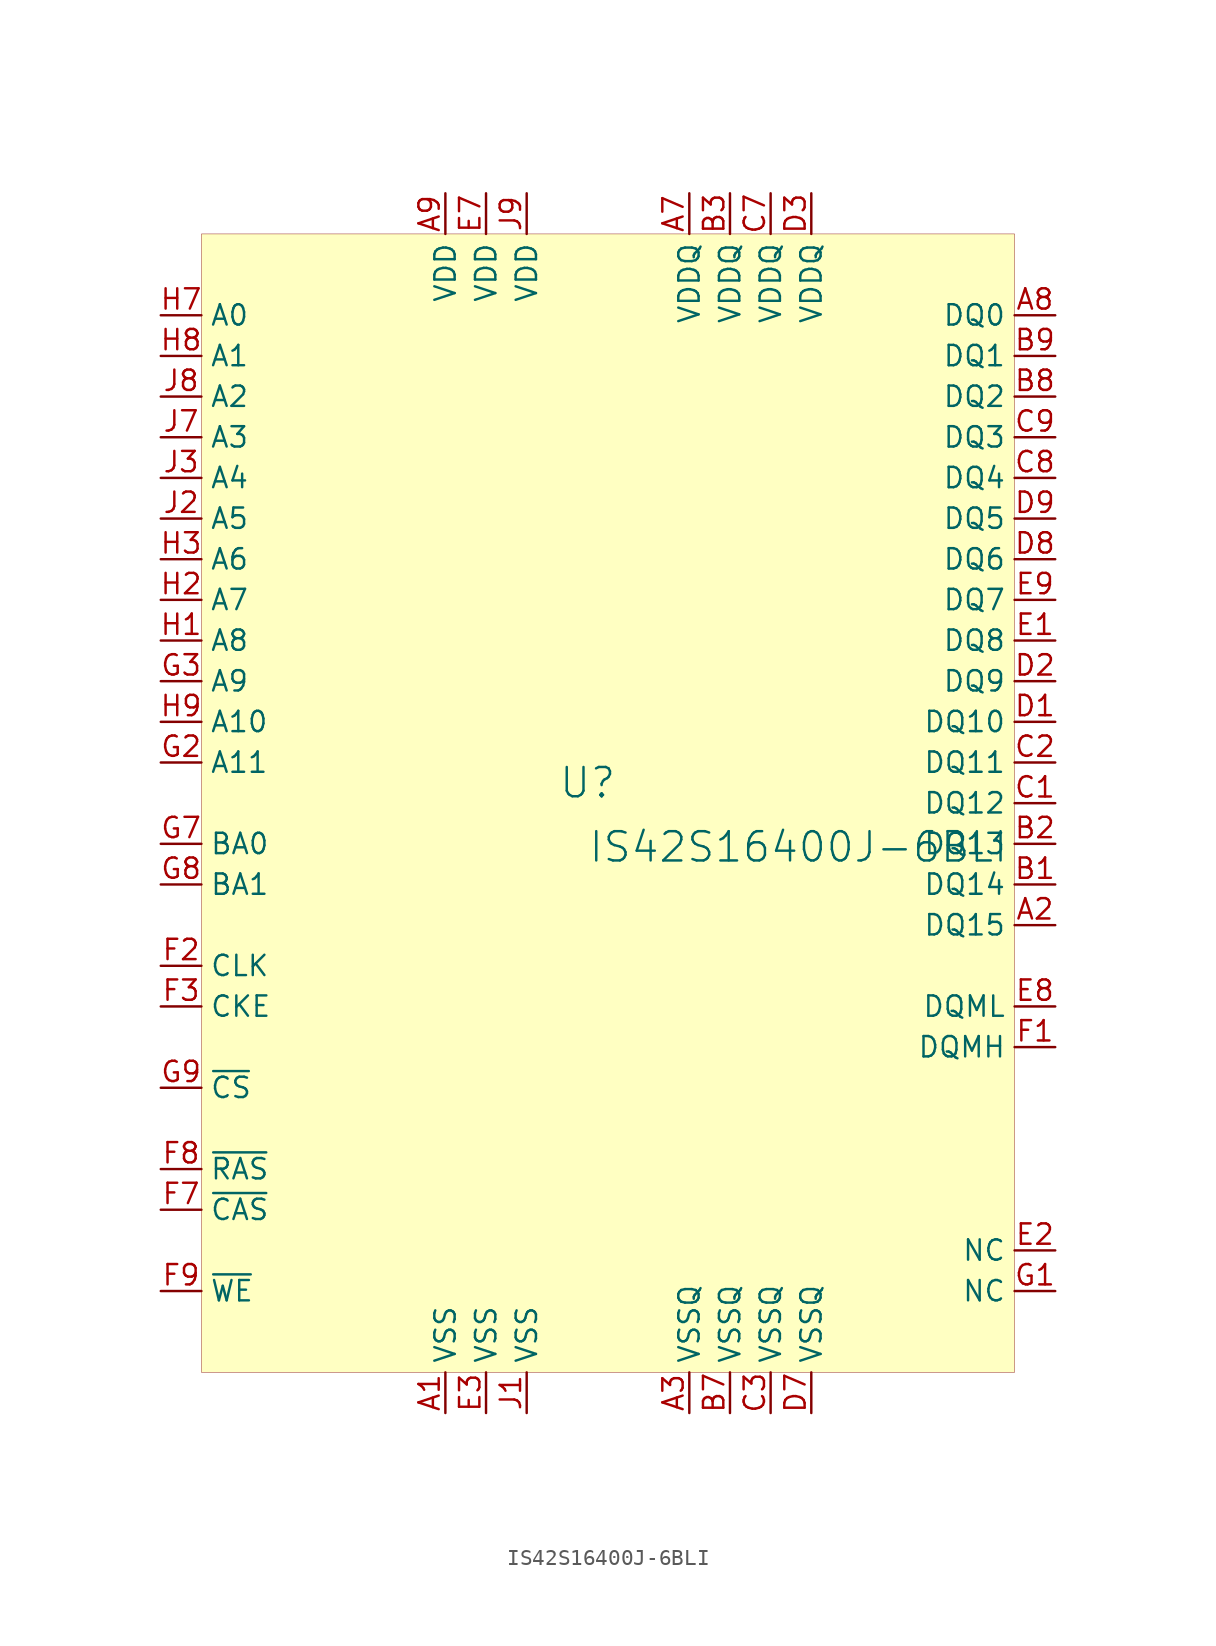
<source format=kicad_sym>
(kicad_symbol_lib
  (version 20231120)
  (generator "kicad_symbol_editor")
  (generator_version "8.0")
  (symbol "IS42S16400J-6BLI"
    (property "Reference" "U"
      (at -1.27 1.27 0)
      (effects (font (size 1.829 1.829))))
    (property "Value" "IS42S16400J-6BLI"
      (at -1.27 -3.81 0)
      (effects (font (size 1.829 1.829)) (justify left bottom)))
    (symbol "IS42S16400J-6BLI_1_0"
      (rectangle (start 25.4 35.56) (end -25.4 -35.56) (stroke (width 0.025) (type solid) (color 128 0 0 1)) (fill (type background)))
      (pin power_in line (at -10.16 -38.1 90) (length 2.54) (name "VSS" (effects (font (size 1.27 1.27)))) (number "A1" (effects (font (size 1.27 1.27)))))
      (pin bidirectional line (at 27.94 -7.62 180) (length 2.54) (name "DQ15" (effects (font (size 1.27 1.27)))) (number "A2" (effects (font (size 1.27 1.27)))))
      (pin power_in line (at 5.08 -38.1 90) (length 2.54) (name "VSSQ" (effects (font (size 1.27 1.27)))) (number "A3" (effects (font (size 1.27 1.27)))))
      (pin power_in line (at 5.08 38.1 270) (length 2.54) (name "VDDQ" (effects (font (size 1.27 1.27)))) (number "A7" (effects (font (size 1.27 1.27)))))
      (pin bidirectional line (at 27.94 30.48 180) (length 2.54) (name "DQ0" (effects (font (size 1.27 1.27)))) (number "A8" (effects (font (size 1.27 1.27)))))
      (pin power_in line (at -10.16 38.1 270) (length 2.54) (name "VDD" (effects (font (size 1.27 1.27)))) (number "A9" (effects (font (size 1.27 1.27)))))
      (pin bidirectional line (at 27.94 -5.08 180) (length 2.54) (name "DQ14" (effects (font (size 1.27 1.27)))) (number "B1" (effects (font (size 1.27 1.27)))))
      (pin bidirectional line (at 27.94 -2.54 180) (length 2.54) (name "DQ13" (effects (font (size 1.27 1.27)))) (number "B2" (effects (font (size 1.27 1.27)))))
      (pin power_in line (at 7.62 38.1 270) (length 2.54) (name "VDDQ" (effects (font (size 1.27 1.27)))) (number "B3" (effects (font (size 1.27 1.27)))))
      (pin power_in line (at 7.62 -38.1 90) (length 2.54) (name "VSSQ" (effects (font (size 1.27 1.27)))) (number "B7" (effects (font (size 1.27 1.27)))))
      (pin bidirectional line (at 27.94 25.4 180) (length 2.54) (name "DQ2" (effects (font (size 1.27 1.27)))) (number "B8" (effects (font (size 1.27 1.27)))))
      (pin bidirectional line (at 27.94 27.94 180) (length 2.54) (name "DQ1" (effects (font (size 1.27 1.27)))) (number "B9" (effects (font (size 1.27 1.27)))))
      (pin bidirectional line (at 27.94 0 180) (length 2.54) (name "DQ12" (effects (font (size 1.27 1.27)))) (number "C1" (effects (font (size 1.27 1.27)))))
      (pin bidirectional line (at 27.94 2.54 180) (length 2.54) (name "DQ11" (effects (font (size 1.27 1.27)))) (number "C2" (effects (font (size 1.27 1.27)))))
      (pin power_in line (at 10.16 -38.1 90) (length 2.54) (name "VSSQ" (effects (font (size 1.27 1.27)))) (number "C3" (effects (font (size 1.27 1.27)))))
      (pin power_in line (at 10.16 38.1 270) (length 2.54) (name "VDDQ" (effects (font (size 1.27 1.27)))) (number "C7" (effects (font (size 1.27 1.27)))))
      (pin bidirectional line (at 27.94 20.32 180) (length 2.54) (name "DQ4" (effects (font (size 1.27 1.27)))) (number "C8" (effects (font (size 1.27 1.27)))))
      (pin bidirectional line (at 27.94 22.86 180) (length 2.54) (name "DQ3" (effects (font (size 1.27 1.27)))) (number "C9" (effects (font (size 1.27 1.27)))))
      (pin bidirectional line (at 27.94 5.08 180) (length 2.54) (name "DQ10" (effects (font (size 1.27 1.27)))) (number "D1" (effects (font (size 1.27 1.27)))))
      (pin bidirectional line (at 27.94 7.62 180) (length 2.54) (name "DQ9" (effects (font (size 1.27 1.27)))) (number "D2" (effects (font (size 1.27 1.27)))))
      (pin power_in line (at 12.7 38.1 270) (length 2.54) (name "VDDQ" (effects (font (size 1.27 1.27)))) (number "D3" (effects (font (size 1.27 1.27)))))
      (pin power_in line (at 12.7 -38.1 90) (length 2.54) (name "VSSQ" (effects (font (size 1.27 1.27)))) (number "D7" (effects (font (size 1.27 1.27)))))
      (pin bidirectional line (at 27.94 15.24 180) (length 2.54) (name "DQ6" (effects (font (size 1.27 1.27)))) (number "D8" (effects (font (size 1.27 1.27)))))
      (pin bidirectional line (at 27.94 17.78 180) (length 2.54) (name "DQ5" (effects (font (size 1.27 1.27)))) (number "D9" (effects (font (size 1.27 1.27)))))
      (pin bidirectional line (at 27.94 10.16 180) (length 2.54) (name "DQ8" (effects (font (size 1.27 1.27)))) (number "E1" (effects (font (size 1.27 1.27)))))
      (pin passive line (at 27.94 -27.94 180) (length 2.54) (name "NC" (effects (font (size 1.27 1.27)))) (number "E2" (effects (font (size 1.27 1.27)))))
      (pin power_in line (at -7.62 -38.1 90) (length 2.54) (name "VSS" (effects (font (size 1.27 1.27)))) (number "E3" (effects (font (size 1.27 1.27)))))
      (pin power_in line (at -7.62 38.1 270) (length 2.54) (name "VDD" (effects (font (size 1.27 1.27)))) (number "E7" (effects (font (size 1.27 1.27)))))
      (pin input line (at 27.94 -12.7 180) (length 2.54) (name "DQML" (effects (font (size 1.27 1.27)))) (number "E8" (effects (font (size 1.27 1.27)))))
      (pin bidirectional line (at 27.94 12.7 180) (length 2.54) (name "DQ7" (effects (font (size 1.27 1.27)))) (number "E9" (effects (font (size 1.27 1.27)))))
      (pin input line (at 27.94 -15.24 180) (length 2.54) (name "DQMH" (effects (font (size 1.27 1.27)))) (number "F1" (effects (font (size 1.27 1.27)))))
      (pin input line (at -27.94 -10.16 0) (length 2.54) (name "CLK" (effects (font (size 1.27 1.27)))) (number "F2" (effects (font (size 1.27 1.27)))))
      (pin input line (at -27.94 -12.7 0) (length 2.54) (name "CKE" (effects (font (size 1.27 1.27)))) (number "F3" (effects (font (size 1.27 1.27)))))
      (pin input line (at -27.94 -25.4 0) (length 2.54) (name "~{CAS}" (effects (font (size 1.27 1.27)))) (number "F7" (effects (font (size 1.27 1.27)))))
      (pin input line (at -27.94 -22.86 0) (length 2.54) (name "~{RAS}" (effects (font (size 1.27 1.27)))) (number "F8" (effects (font (size 1.27 1.27)))))
      (pin input line (at -27.94 -30.48 0) (length 2.54) (name "~{WE}" (effects (font (size 1.27 1.27)))) (number "F9" (effects (font (size 1.27 1.27)))))
      (pin passive line (at 27.94 -30.48 180) (length 2.54) (name "NC" (effects (font (size 1.27 1.27)))) (number "G1" (effects (font (size 1.27 1.27)))))
      (pin input line (at -27.94 2.54 0) (length 2.54) (name "A11" (effects (font (size 1.27 1.27)))) (number "G2" (effects (font (size 1.27 1.27)))))
      (pin input line (at -27.94 7.62 0) (length 2.54) (name "A9" (effects (font (size 1.27 1.27)))) (number "G3" (effects (font (size 1.27 1.27)))))
      (pin input line (at -27.94 -2.54 0) (length 2.54) (name "BA0" (effects (font (size 1.27 1.27)))) (number "G7" (effects (font (size 1.27 1.27)))))
      (pin input line (at -27.94 -5.08 0) (length 2.54) (name "BA1" (effects (font (size 1.27 1.27)))) (number "G8" (effects (font (size 1.27 1.27)))))
      (pin input line (at -27.94 -17.78 0) (length 2.54) (name "~{CS}" (effects (font (size 1.27 1.27)))) (number "G9" (effects (font (size 1.27 1.27)))))
      (pin input line (at -27.94 10.16 0) (length 2.54) (name "A8" (effects (font (size 1.27 1.27)))) (number "H1" (effects (font (size 1.27 1.27)))))
      (pin input line (at -27.94 12.7 0) (length 2.54) (name "A7" (effects (font (size 1.27 1.27)))) (number "H2" (effects (font (size 1.27 1.27)))))
      (pin input line (at -27.94 15.24 0) (length 2.54) (name "A6" (effects (font (size 1.27 1.27)))) (number "H3" (effects (font (size 1.27 1.27)))))
      (pin input line (at -27.94 30.48 0) (length 2.54) (name "A0" (effects (font (size 1.27 1.27)))) (number "H7" (effects (font (size 1.27 1.27)))))
      (pin input line (at -27.94 27.94 0) (length 2.54) (name "A1" (effects (font (size 1.27 1.27)))) (number "H8" (effects (font (size 1.27 1.27)))))
      (pin input line (at -27.94 5.08 0) (length 2.54) (name "A10" (effects (font (size 1.27 1.27)))) (number "H9" (effects (font (size 1.27 1.27)))))
      (pin power_in line (at -5.08 -38.1 90) (length 2.54) (name "VSS" (effects (font (size 1.27 1.27)))) (number "J1" (effects (font (size 1.27 1.27)))))
      (pin input line (at -27.94 17.78 0) (length 2.54) (name "A5" (effects (font (size 1.27 1.27)))) (number "J2" (effects (font (size 1.27 1.27)))))
      (pin input line (at -27.94 20.32 0) (length 2.54) (name "A4" (effects (font (size 1.27 1.27)))) (number "J3" (effects (font (size 1.27 1.27)))))
      (pin input line (at -27.94 22.86 0) (length 2.54) (name "A3" (effects (font (size 1.27 1.27)))) (number "J7" (effects (font (size 1.27 1.27)))))
      (pin input line (at -27.94 25.4 0) (length 2.54) (name "A2" (effects (font (size 1.27 1.27)))) (number "J8" (effects (font (size 1.27 1.27)))))
      (pin power_in line (at -5.08 38.1 270) (length 2.54) (name "VDD" (effects (font (size 1.27 1.27)))) (number "J9" (effects (font (size 1.27 1.27))))))))
</source>
